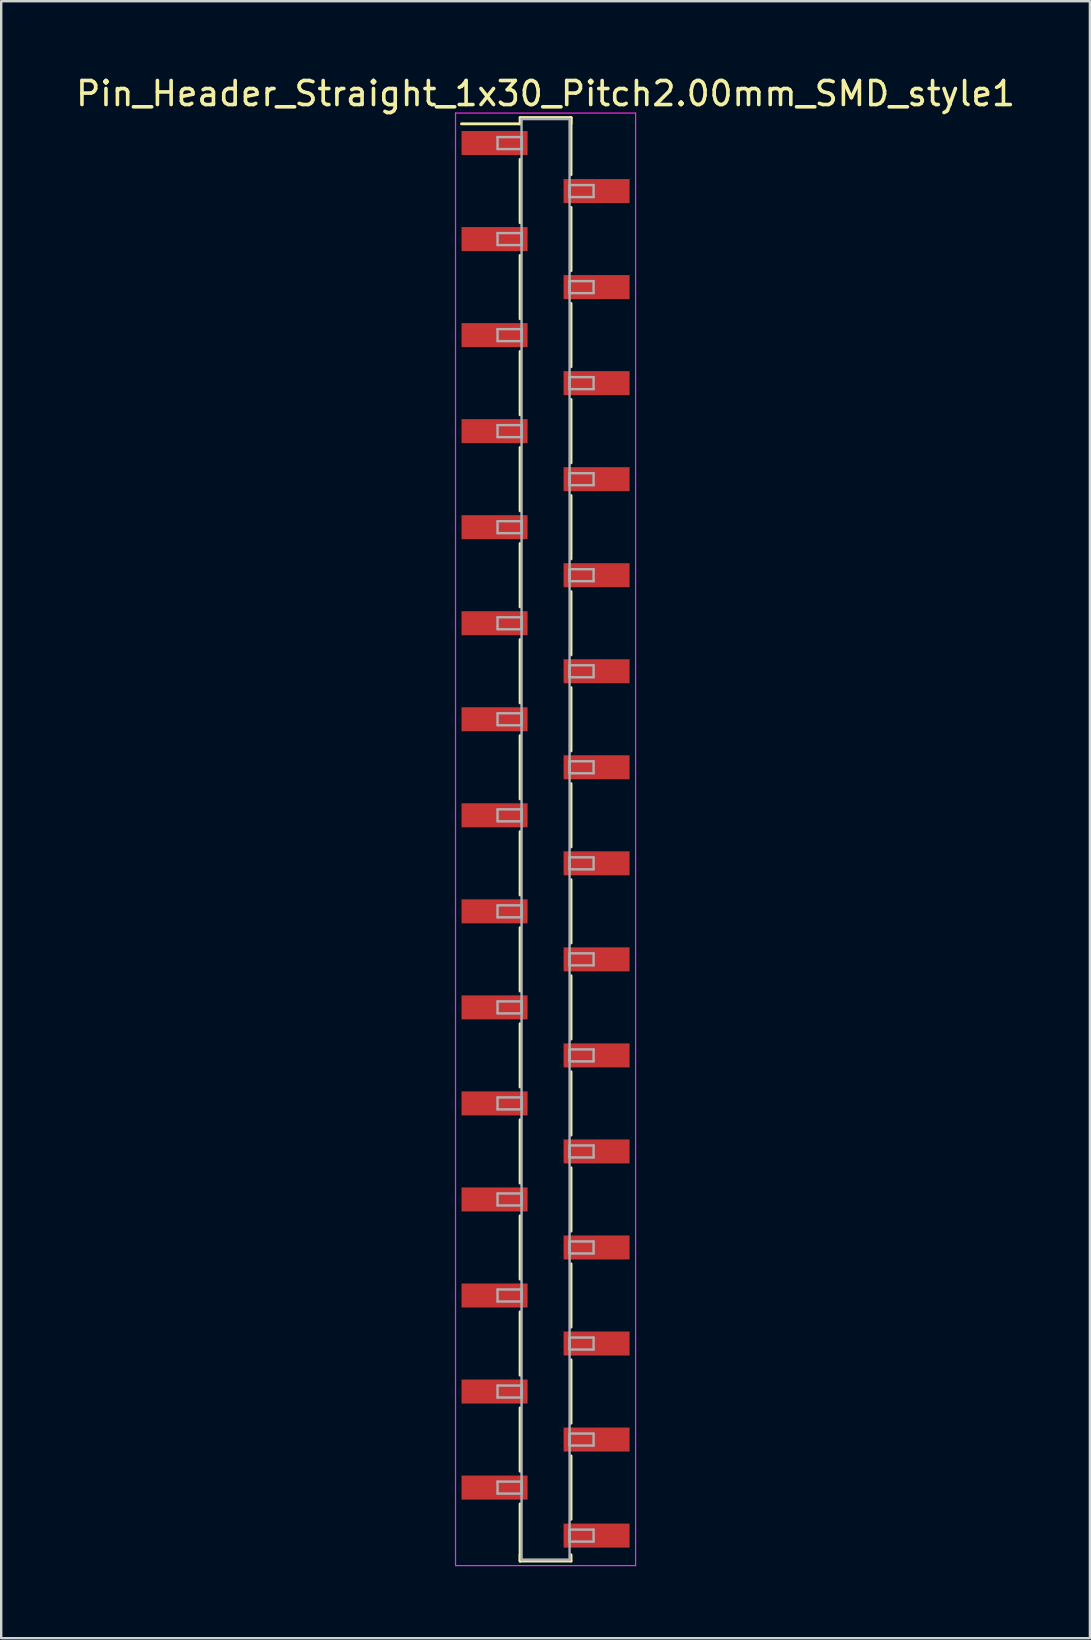
<source format=kicad_pcb>
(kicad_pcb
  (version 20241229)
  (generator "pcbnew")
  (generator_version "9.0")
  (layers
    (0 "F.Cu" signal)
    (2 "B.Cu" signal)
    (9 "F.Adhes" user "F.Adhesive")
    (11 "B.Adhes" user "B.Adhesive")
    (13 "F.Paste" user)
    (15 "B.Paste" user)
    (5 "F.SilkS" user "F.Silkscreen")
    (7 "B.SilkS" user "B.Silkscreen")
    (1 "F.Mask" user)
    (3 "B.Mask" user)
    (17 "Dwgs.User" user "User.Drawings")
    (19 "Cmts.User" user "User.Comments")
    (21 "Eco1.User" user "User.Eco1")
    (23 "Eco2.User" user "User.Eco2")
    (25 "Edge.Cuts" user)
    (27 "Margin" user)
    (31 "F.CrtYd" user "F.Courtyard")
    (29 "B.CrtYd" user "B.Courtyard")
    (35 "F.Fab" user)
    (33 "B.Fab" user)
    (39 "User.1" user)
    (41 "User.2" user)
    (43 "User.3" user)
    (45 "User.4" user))
  (footprint "Pin_Header_Straight_1x30_Pitch2.00mm_SMD_style1"
    (layer "F.Cu")
    (at 19.673 31.908)
    (property "Reference" "Pin_Header_Straight_1x30_Pitch2.00mm_SMD_style1" (at 0 -31.06 0) (layer "F.SilkS") (effects (font (size 1 1) (thickness 0.15))))
    (attr smd)
    (fp_line (start -1.06 -30.06) (end 1.06 -30.06) (stroke (width 0.12) (type solid)) (layer "F.SilkS"))
    (fp_line (start -1.06 -29.8) (end -3.5 -29.8) (stroke (width 0.12) (type solid)) (layer "F.SilkS"))
    (fp_line (start -1.06 -29.8) (end -1.06 -30.06) (stroke (width 0.12) (type solid)) (layer "F.SilkS"))
    (fp_line (start -1.06 -28.32) (end -1.06 -25.68) (stroke (width 0.12) (type solid)) (layer "F.SilkS"))
    (fp_line (start -1.06 -24.32) (end -1.06 -21.68) (stroke (width 0.12) (type solid)) (layer "F.SilkS"))
    (fp_line (start -1.06 -20.32) (end -1.06 -17.68) (stroke (width 0.12) (type solid)) (layer "F.SilkS"))
    (fp_line (start -1.06 -16.32) (end -1.06 -13.68) (stroke (width 0.12) (type solid)) (layer "F.SilkS"))
    (fp_line (start -1.06 -12.32) (end -1.06 -9.68) (stroke (width 0.12) (type solid)) (layer "F.SilkS"))
    (fp_line (start -1.06 -8.32) (end -1.06 -5.68) (stroke (width 0.12) (type solid)) (layer "F.SilkS"))
    (fp_line (start -1.06 -4.32) (end -1.06 -1.68) (stroke (width 0.12) (type solid)) (layer "F.SilkS"))
    (fp_line (start -1.06 -0.32) (end -1.06 2.32) (stroke (width 0.12) (type solid)) (layer "F.SilkS"))
    (fp_line (start -1.06 3.68) (end -1.06 6.32) (stroke (width 0.12) (type solid)) (layer "F.SilkS"))
    (fp_line (start -1.06 7.68) (end -1.06 10.32) (stroke (width 0.12) (type solid)) (layer "F.SilkS"))
    (fp_line (start -1.06 11.68) (end -1.06 14.32) (stroke (width 0.12) (type solid)) (layer "F.SilkS"))
    (fp_line (start -1.06 15.68) (end -1.06 18.32) (stroke (width 0.12) (type solid)) (layer "F.SilkS"))
    (fp_line (start -1.06 19.68) (end -1.06 22.32) (stroke (width 0.12) (type solid)) (layer "F.SilkS"))
    (fp_line (start -1.06 23.68) (end -1.06 26.32) (stroke (width 0.12) (type solid)) (layer "F.SilkS"))
    (fp_line (start -1.06 27.68) (end -1.06 30.06) (stroke (width 0.12) (type solid)) (layer "F.SilkS"))
    (fp_line (start -1.06 29.8) (end -1.06 30.06) (stroke (width 0.12) (type solid)) (layer "F.SilkS"))
    (fp_line (start -1.06 30.06) (end 1.06 30.06) (stroke (width 0.12) (type solid)) (layer "F.SilkS"))
    (fp_line (start 1.06 -30.06) (end 1.06 -29.8) (stroke (width 0.12) (type solid)) (layer "F.SilkS"))
    (fp_line (start 1.06 -30.06) (end 1.06 -27.68) (stroke (width 0.12) (type solid)) (layer "F.SilkS"))
    (fp_line (start 1.06 -26.32) (end 1.06 -23.68) (stroke (width 0.12) (type solid)) (layer "F.SilkS"))
    (fp_line (start 1.06 -22.32) (end 1.06 -19.68) (stroke (width 0.12) (type solid)) (layer "F.SilkS"))
    (fp_line (start 1.06 -18.32) (end 1.06 -15.68) (stroke (width 0.12) (type solid)) (layer "F.SilkS"))
    (fp_line (start 1.06 -14.32) (end 1.06 -11.68) (stroke (width 0.12) (type solid)) (layer "F.SilkS"))
    (fp_line (start 1.06 -10.32) (end 1.06 -7.68) (stroke (width 0.12) (type solid)) (layer "F.SilkS"))
    (fp_line (start 1.06 -6.32) (end 1.06 -3.68) (stroke (width 0.12) (type solid)) (layer "F.SilkS"))
    (fp_line (start 1.06 -2.32) (end 1.06 0.32) (stroke (width 0.12) (type solid)) (layer "F.SilkS"))
    (fp_line (start 1.06 1.68) (end 1.06 4.32) (stroke (width 0.12) (type solid)) (layer "F.SilkS"))
    (fp_line (start 1.06 5.68) (end 1.06 8.32) (stroke (width 0.12) (type solid)) (layer "F.SilkS"))
    (fp_line (start 1.06 9.68) (end 1.06 12.32) (stroke (width 0.12) (type solid)) (layer "F.SilkS"))
    (fp_line (start 1.06 13.68) (end 1.06 16.32) (stroke (width 0.12) (type solid)) (layer "F.SilkS"))
    (fp_line (start 1.06 17.68) (end 1.06 20.32) (stroke (width 0.12) (type solid)) (layer "F.SilkS"))
    (fp_line (start 1.06 21.68) (end 1.06 24.32) (stroke (width 0.12) (type solid)) (layer "F.SilkS"))
    (fp_line (start 1.06 25.68) (end 1.06 28.32) (stroke (width 0.12) (type solid)) (layer "F.SilkS"))
    (fp_line (start 1.06 30.06) (end 1.06 29.8) (stroke (width 0.12) (type solid)) (layer "F.SilkS"))
    (fp_line (start -3.75 -30.25) (end -3.75 30.25) (stroke (width 0.05) (type solid)) (layer "F.CrtYd"))
    (fp_line (start -3.75 30.25) (end 3.75 30.25) (stroke (width 0.05) (type solid)) (layer "F.CrtYd"))
    (fp_line (start 3.75 -30.25) (end -3.75 -30.25) (stroke (width 0.05) (type solid)) (layer "F.CrtYd"))
    (fp_line (start 3.75 30.25) (end 3.75 -30.25) (stroke (width 0.05) (type solid)) (layer "F.CrtYd"))
    (fp_line (start -2 -29.25) (end -1 -29.25) (stroke (width 0.1) (type solid)) (layer "F.Fab"))
    (fp_line (start -2 -28.75) (end -2 -29.25) (stroke (width 0.1) (type solid)) (layer "F.Fab"))
    (fp_line (start -2 -25.25) (end -1 -25.25) (stroke (width 0.1) (type solid)) (layer "F.Fab"))
    (fp_line (start -2 -24.75) (end -2 -25.25) (stroke (width 0.1) (type solid)) (layer "F.Fab"))
    (fp_line (start -2 -21.25) (end -1 -21.25) (stroke (width 0.1) (type solid)) (layer "F.Fab"))
    (fp_line (start -2 -20.75) (end -2 -21.25) (stroke (width 0.1) (type solid)) (layer "F.Fab"))
    (fp_line (start -2 -17.25) (end -1 -17.25) (stroke (width 0.1) (type solid)) (layer "F.Fab"))
    (fp_line (start -2 -16.75) (end -2 -17.25) (stroke (width 0.1) (type solid)) (layer "F.Fab"))
    (fp_line (start -2 -13.25) (end -1 -13.25) (stroke (width 0.1) (type solid)) (layer "F.Fab"))
    (fp_line (start -2 -12.75) (end -2 -13.25) (stroke (width 0.1) (type solid)) (layer "F.Fab"))
    (fp_line (start -2 -9.25) (end -1 -9.25) (stroke (width 0.1) (type solid)) (layer "F.Fab"))
    (fp_line (start -2 -8.75) (end -2 -9.25) (stroke (width 0.1) (type solid)) (layer "F.Fab"))
    (fp_line (start -2 -5.25) (end -1 -5.25) (stroke (width 0.1) (type solid)) (layer "F.Fab"))
    (fp_line (start -2 -4.75) (end -2 -5.25) (stroke (width 0.1) (type solid)) (layer "F.Fab"))
    (fp_line (start -2 -1.25) (end -1 -1.25) (stroke (width 0.1) (type solid)) (layer "F.Fab"))
    (fp_line (start -2 -0.75) (end -2 -1.25) (stroke (width 0.1) (type solid)) (layer "F.Fab"))
    (fp_line (start -2 2.75) (end -1 2.75) (stroke (width 0.1) (type solid)) (layer "F.Fab"))
    (fp_line (start -2 3.25) (end -2 2.75) (stroke (width 0.1) (type solid)) (layer "F.Fab"))
    (fp_line (start -2 6.75) (end -1 6.75) (stroke (width 0.1) (type solid)) (layer "F.Fab"))
    (fp_line (start -2 7.25) (end -2 6.75) (stroke (width 0.1) (type solid)) (layer "F.Fab"))
    (fp_line (start -2 10.75) (end -1 10.75) (stroke (width 0.1) (type solid)) (layer "F.Fab"))
    (fp_line (start -2 11.25) (end -2 10.75) (stroke (width 0.1) (type solid)) (layer "F.Fab"))
    (fp_line (start -2 14.75) (end -1 14.75) (stroke (width 0.1) (type solid)) (layer "F.Fab"))
    (fp_line (start -2 15.25) (end -2 14.75) (stroke (width 0.1) (type solid)) (layer "F.Fab"))
    (fp_line (start -2 18.75) (end -1 18.75) (stroke (width 0.1) (type solid)) (layer "F.Fab"))
    (fp_line (start -2 19.25) (end -2 18.75) (stroke (width 0.1) (type solid)) (layer "F.Fab"))
    (fp_line (start -2 22.75) (end -1 22.75) (stroke (width 0.1) (type solid)) (layer "F.Fab"))
    (fp_line (start -2 23.25) (end -2 22.75) (stroke (width 0.1) (type solid)) (layer "F.Fab"))
    (fp_line (start -2 26.75) (end -1 26.75) (stroke (width 0.1) (type solid)) (layer "F.Fab"))
    (fp_line (start -2 27.25) (end -2 26.75) (stroke (width 0.1) (type solid)) (layer "F.Fab"))
    (fp_line (start -1 -30) (end -1 30) (stroke (width 0.1) (type solid)) (layer "F.Fab"))
    (fp_line (start -1 -29.25) (end -1 -28.75) (stroke (width 0.1) (type solid)) (layer "F.Fab"))
    (fp_line (start -1 -28.75) (end -2 -28.75) (stroke (width 0.1) (type solid)) (layer "F.Fab"))
    (fp_line (start -1 -25.25) (end -1 -24.75) (stroke (width 0.1) (type solid)) (layer "F.Fab"))
    (fp_line (start -1 -24.75) (end -2 -24.75) (stroke (width 0.1) (type solid)) (layer "F.Fab"))
    (fp_line (start -1 -21.25) (end -1 -20.75) (stroke (width 0.1) (type solid)) (layer "F.Fab"))
    (fp_line (start -1 -20.75) (end -2 -20.75) (stroke (width 0.1) (type solid)) (layer "F.Fab"))
    (fp_line (start -1 -17.25) (end -1 -16.75) (stroke (width 0.1) (type solid)) (layer "F.Fab"))
    (fp_line (start -1 -16.75) (end -2 -16.75) (stroke (width 0.1) (type solid)) (layer "F.Fab"))
    (fp_line (start -1 -13.25) (end -1 -12.75) (stroke (width 0.1) (type solid)) (layer "F.Fab"))
    (fp_line (start -1 -12.75) (end -2 -12.75) (stroke (width 0.1) (type solid)) (layer "F.Fab"))
    (fp_line (start -1 -9.25) (end -1 -8.75) (stroke (width 0.1) (type solid)) (layer "F.Fab"))
    (fp_line (start -1 -8.75) (end -2 -8.75) (stroke (width 0.1) (type solid)) (layer "F.Fab"))
    (fp_line (start -1 -5.25) (end -1 -4.75) (stroke (width 0.1) (type solid)) (layer "F.Fab"))
    (fp_line (start -1 -4.75) (end -2 -4.75) (stroke (width 0.1) (type solid)) (layer "F.Fab"))
    (fp_line (start -1 -1.25) (end -1 -0.75) (stroke (width 0.1) (type solid)) (layer "F.Fab"))
    (fp_line (start -1 -0.75) (end -2 -0.75) (stroke (width 0.1) (type solid)) (layer "F.Fab"))
    (fp_line (start -1 2.75) (end -1 3.25) (stroke (width 0.1) (type solid)) (layer "F.Fab"))
    (fp_line (start -1 3.25) (end -2 3.25) (stroke (width 0.1) (type solid)) (layer "F.Fab"))
    (fp_line (start -1 6.75) (end -1 7.25) (stroke (width 0.1) (type solid)) (layer "F.Fab"))
    (fp_line (start -1 7.25) (end -2 7.25) (stroke (width 0.1) (type solid)) (layer "F.Fab"))
    (fp_line (start -1 10.75) (end -1 11.25) (stroke (width 0.1) (type solid)) (layer "F.Fab"))
    (fp_line (start -1 11.25) (end -2 11.25) (stroke (width 0.1) (type solid)) (layer "F.Fab"))
    (fp_line (start -1 14.75) (end -1 15.25) (stroke (width 0.1) (type solid)) (layer "F.Fab"))
    (fp_line (start -1 15.25) (end -2 15.25) (stroke (width 0.1) (type solid)) (layer "F.Fab"))
    (fp_line (start -1 18.75) (end -1 19.25) (stroke (width 0.1) (type solid)) (layer "F.Fab"))
    (fp_line (start -1 19.25) (end -2 19.25) (stroke (width 0.1) (type solid)) (layer "F.Fab"))
    (fp_line (start -1 22.75) (end -1 23.25) (stroke (width 0.1) (type solid)) (layer "F.Fab"))
    (fp_line (start -1 23.25) (end -2 23.25) (stroke (width 0.1) (type solid)) (layer "F.Fab"))
    (fp_line (start -1 26.75) (end -1 27.25) (stroke (width 0.1) (type solid)) (layer "F.Fab"))
    (fp_line (start -1 27.25) (end -2 27.25) (stroke (width 0.1) (type solid)) (layer "F.Fab"))
    (fp_line (start -1 30) (end 1 30) (stroke (width 0.1) (type solid)) (layer "F.Fab"))
    (fp_line (start 1 -30) (end -1 -30) (stroke (width 0.1) (type solid)) (layer "F.Fab"))
    (fp_line (start 1 -27.25) (end 1 -26.75) (stroke (width 0.1) (type solid)) (layer "F.Fab"))
    (fp_line (start 1 -26.75) (end 2 -26.75) (stroke (width 0.1) (type solid)) (layer "F.Fab"))
    (fp_line (start 1 -23.25) (end 1 -22.75) (stroke (width 0.1) (type solid)) (layer "F.Fab"))
    (fp_line (start 1 -22.75) (end 2 -22.75) (stroke (width 0.1) (type solid)) (layer "F.Fab"))
    (fp_line (start 1 -19.25) (end 1 -18.75) (stroke (width 0.1) (type solid)) (layer "F.Fab"))
    (fp_line (start 1 -18.75) (end 2 -18.75) (stroke (width 0.1) (type solid)) (layer "F.Fab"))
    (fp_line (start 1 -15.25) (end 1 -14.75) (stroke (width 0.1) (type solid)) (layer "F.Fab"))
    (fp_line (start 1 -14.75) (end 2 -14.75) (stroke (width 0.1) (type solid)) (layer "F.Fab"))
    (fp_line (start 1 -11.25) (end 1 -10.75) (stroke (width 0.1) (type solid)) (layer "F.Fab"))
    (fp_line (start 1 -10.75) (end 2 -10.75) (stroke (width 0.1) (type solid)) (layer "F.Fab"))
    (fp_line (start 1 -7.25) (end 1 -6.75) (stroke (width 0.1) (type solid)) (layer "F.Fab"))
    (fp_line (start 1 -6.75) (end 2 -6.75) (stroke (width 0.1) (type solid)) (layer "F.Fab"))
    (fp_line (start 1 -3.25) (end 1 -2.75) (stroke (width 0.1) (type solid)) (layer "F.Fab"))
    (fp_line (start 1 -2.75) (end 2 -2.75) (stroke (width 0.1) (type solid)) (layer "F.Fab"))
    (fp_line (start 1 0.75) (end 1 1.25) (stroke (width 0.1) (type solid)) (layer "F.Fab"))
    (fp_line (start 1 1.25) (end 2 1.25) (stroke (width 0.1) (type solid)) (layer "F.Fab"))
    (fp_line (start 1 4.75) (end 1 5.25) (stroke (width 0.1) (type solid)) (layer "F.Fab"))
    (fp_line (start 1 5.25) (end 2 5.25) (stroke (width 0.1) (type solid)) (layer "F.Fab"))
    (fp_line (start 1 8.75) (end 1 9.25) (stroke (width 0.1) (type solid)) (layer "F.Fab"))
    (fp_line (start 1 9.25) (end 2 9.25) (stroke (width 0.1) (type solid)) (layer "F.Fab"))
    (fp_line (start 1 12.75) (end 1 13.25) (stroke (width 0.1) (type solid)) (layer "F.Fab"))
    (fp_line (start 1 13.25) (end 2 13.25) (stroke (width 0.1) (type solid)) (layer "F.Fab"))
    (fp_line (start 1 16.75) (end 1 17.25) (stroke (width 0.1) (type solid)) (layer "F.Fab"))
    (fp_line (start 1 17.25) (end 2 17.25) (stroke (width 0.1) (type solid)) (layer "F.Fab"))
    (fp_line (start 1 20.75) (end 1 21.25) (stroke (width 0.1) (type solid)) (layer "F.Fab"))
    (fp_line (start 1 21.25) (end 2 21.25) (stroke (width 0.1) (type solid)) (layer "F.Fab"))
    (fp_line (start 1 24.75) (end 1 25.25) (stroke (width 0.1) (type solid)) (layer "F.Fab"))
    (fp_line (start 1 25.25) (end 2 25.25) (stroke (width 0.1) (type solid)) (layer "F.Fab"))
    (fp_line (start 1 28.75) (end 1 29.25) (stroke (width 0.1) (type solid)) (layer "F.Fab"))
    (fp_line (start 1 29.25) (end 2 29.25) (stroke (width 0.1) (type solid)) (layer "F.Fab"))
    (fp_line (start 1 30) (end 1 -30) (stroke (width 0.1) (type solid)) (layer "F.Fab"))
    (fp_line (start 2 -27.25) (end 1 -27.25) (stroke (width 0.1) (type solid)) (layer "F.Fab"))
    (fp_line (start 2 -26.75) (end 2 -27.25) (stroke (width 0.1) (type solid)) (layer "F.Fab"))
    (fp_line (start 2 -23.25) (end 1 -23.25) (stroke (width 0.1) (type solid)) (layer "F.Fab"))
    (fp_line (start 2 -22.75) (end 2 -23.25) (stroke (width 0.1) (type solid)) (layer "F.Fab"))
    (fp_line (start 2 -19.25) (end 1 -19.25) (stroke (width 0.1) (type solid)) (layer "F.Fab"))
    (fp_line (start 2 -18.75) (end 2 -19.25) (stroke (width 0.1) (type solid)) (layer "F.Fab"))
    (fp_line (start 2 -15.25) (end 1 -15.25) (stroke (width 0.1) (type solid)) (layer "F.Fab"))
    (fp_line (start 2 -14.75) (end 2 -15.25) (stroke (width 0.1) (type solid)) (layer "F.Fab"))
    (fp_line (start 2 -11.25) (end 1 -11.25) (stroke (width 0.1) (type solid)) (layer "F.Fab"))
    (fp_line (start 2 -10.75) (end 2 -11.25) (stroke (width 0.1) (type solid)) (layer "F.Fab"))
    (fp_line (start 2 -7.25) (end 1 -7.25) (stroke (width 0.1) (type solid)) (layer "F.Fab"))
    (fp_line (start 2 -6.75) (end 2 -7.25) (stroke (width 0.1) (type solid)) (layer "F.Fab"))
    (fp_line (start 2 -3.25) (end 1 -3.25) (stroke (width 0.1) (type solid)) (layer "F.Fab"))
    (fp_line (start 2 -2.75) (end 2 -3.25) (stroke (width 0.1) (type solid)) (layer "F.Fab"))
    (fp_line (start 2 0.75) (end 1 0.75) (stroke (width 0.1) (type solid)) (layer "F.Fab"))
    (fp_line (start 2 1.25) (end 2 0.75) (stroke (width 0.1) (type solid)) (layer "F.Fab"))
    (fp_line (start 2 4.75) (end 1 4.75) (stroke (width 0.1) (type solid)) (layer "F.Fab"))
    (fp_line (start 2 5.25) (end 2 4.75) (stroke (width 0.1) (type solid)) (layer "F.Fab"))
    (fp_line (start 2 8.75) (end 1 8.75) (stroke (width 0.1) (type solid)) (layer "F.Fab"))
    (fp_line (start 2 9.25) (end 2 8.75) (stroke (width 0.1) (type solid)) (layer "F.Fab"))
    (fp_line (start 2 12.75) (end 1 12.75) (stroke (width 0.1) (type solid)) (layer "F.Fab"))
    (fp_line (start 2 13.25) (end 2 12.75) (stroke (width 0.1) (type solid)) (layer "F.Fab"))
    (fp_line (start 2 16.75) (end 1 16.75) (stroke (width 0.1) (type solid)) (layer "F.Fab"))
    (fp_line (start 2 17.25) (end 2 16.75) (stroke (width 0.1) (type solid)) (layer "F.Fab"))
    (fp_line (start 2 20.75) (end 1 20.75) (stroke (width 0.1) (type solid)) (layer "F.Fab"))
    (fp_line (start 2 21.25) (end 2 20.75) (stroke (width 0.1) (type solid)) (layer "F.Fab"))
    (fp_line (start 2 24.75) (end 1 24.75) (stroke (width 0.1) (type solid)) (layer "F.Fab"))
    (fp_line (start 2 25.25) (end 2 24.75) (stroke (width 0.1) (type solid)) (layer "F.Fab"))
    (fp_line (start 2 28.75) (end 1 28.75) (stroke (width 0.1) (type solid)) (layer "F.Fab"))
    (fp_line (start 2 29.25) (end 2 28.75) (stroke (width 0.1) (type solid)) (layer "F.Fab"))
    (pad "1" smd rect (at -2.125 -29) (size 2.75 1) (layers "F.Cu" "F.Mask"))
    (pad "2" smd rect (at 2.125 -27) (size 2.75 1) (layers "F.Cu" "F.Mask"))
    (pad "3" smd rect (at -2.125 -25) (size 2.75 1) (layers "F.Cu" "F.Mask"))
    (pad "4" smd rect (at 2.125 -23) (size 2.75 1) (layers "F.Cu" "F.Mask"))
    (pad "5" smd rect (at -2.125 -21) (size 2.75 1) (layers "F.Cu" "F.Mask"))
    (pad "6" smd rect (at 2.125 -19) (size 2.75 1) (layers "F.Cu" "F.Mask"))
    (pad "7" smd rect (at -2.125 -17) (size 2.75 1) (layers "F.Cu" "F.Mask"))
    (pad "8" smd rect (at 2.125 -15) (size 2.75 1) (layers "F.Cu" "F.Mask"))
    (pad "9" smd rect (at -2.125 -13) (size 2.75 1) (layers "F.Cu" "F.Mask"))
    (pad "10" smd rect (at 2.125 -11) (size 2.75 1) (layers "F.Cu" "F.Mask"))
    (pad "11" smd rect (at -2.125 -9) (size 2.75 1) (layers "F.Cu" "F.Mask"))
    (pad "12" smd rect (at 2.125 -7) (size 2.75 1) (layers "F.Cu" "F.Mask"))
    (pad "13" smd rect (at -2.125 -5) (size 2.75 1) (layers "F.Cu" "F.Mask"))
    (pad "14" smd rect (at 2.125 -3) (size 2.75 1) (layers "F.Cu" "F.Mask"))
    (pad "15" smd rect (at -2.125 -1) (size 2.75 1) (layers "F.Cu" "F.Mask"))
    (pad "16" smd rect (at 2.125 1) (size 2.75 1) (layers "F.Cu" "F.Mask"))
    (pad "17" smd rect (at -2.125 3) (size 2.75 1) (layers "F.Cu" "F.Mask"))
    (pad "18" smd rect (at 2.125 5) (size 2.75 1) (layers "F.Cu" "F.Mask"))
    (pad "19" smd rect (at -2.125 7) (size 2.75 1) (layers "F.Cu" "F.Mask"))
    (pad "20" smd rect (at 2.125 9) (size 2.75 1) (layers "F.Cu" "F.Mask"))
    (pad "21" smd rect (at -2.125 11) (size 2.75 1) (layers "F.Cu" "F.Mask"))
    (pad "22" smd rect (at 2.125 13) (size 2.75 1) (layers "F.Cu" "F.Mask"))
    (pad "23" smd rect (at -2.125 15) (size 2.75 1) (layers "F.Cu" "F.Mask"))
    (pad "24" smd rect (at 2.125 17) (size 2.75 1) (layers "F.Cu" "F.Mask"))
    (pad "25" smd rect (at -2.125 19) (size 2.75 1) (layers "F.Cu" "F.Mask"))
    (pad "26" smd rect (at 2.125 21) (size 2.75 1) (layers "F.Cu" "F.Mask"))
    (pad "27" smd rect (at -2.125 23) (size 2.75 1) (layers "F.Cu" "F.Mask"))
    (pad "28" smd rect (at 2.125 25) (size 2.75 1) (layers "F.Cu" "F.Mask"))
    (pad "29" smd rect (at -2.125 27) (size 2.75 1) (layers "F.Cu" "F.Mask"))
    (pad "30" smd rect (at 2.125 29) (size 2.75 1) (layers "F.Cu" "F.Mask")))
  (gr_rect
    (start -3 -3)
    (end 42.345 65.183)
    (stroke (width 0.1) (type default))
    (fill no)
    (layer "Edge.Cuts")))
</source>
